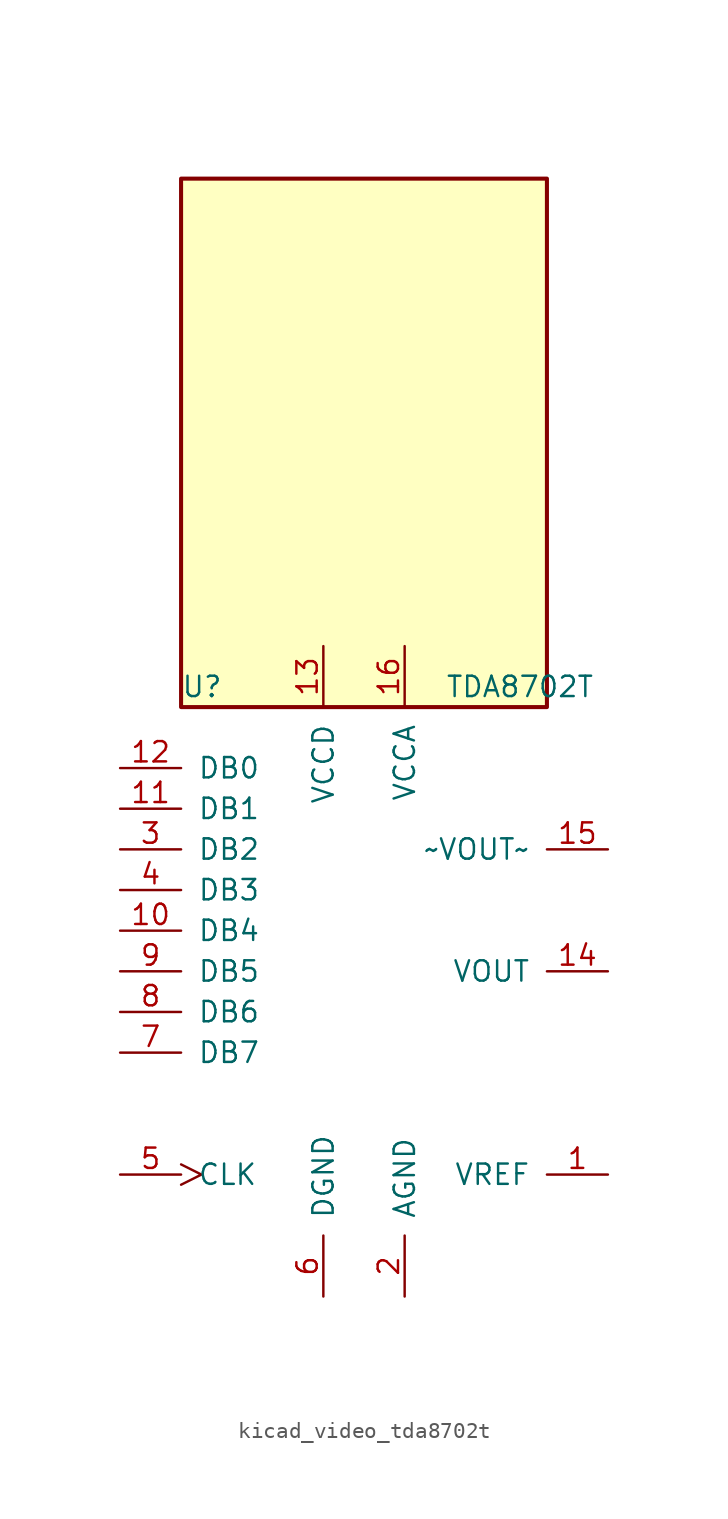
<source format=kicad_sym>
(kicad_symbol_lib
  (version 20220914)
  (generator kicad_symbol_editor)
  (symbol "kicad_video_tda8702t"
    (pin_names
      (offset 1.016))
    (property "Reference" "U"
      (at -11.43 17.78 0)
      (effects (font (size 1.27 1.27)) (justify left)))
    (property "Value" "TDA8702T"
      (at 5.08 17.78 0)
      (effects (font (size 1.27 1.27)) (justify left)))
    (symbol "kicad_video_tda8702t_0_1"
      (rectangle (start 11.43 49.53) (end -11.43 16.51) (stroke (width 0.254) (type default)) (fill (type background))))
    (symbol "kicad_video_tda8702t_1_1"
      (pin bidirectional line (at 15.24 -12.7 180) (length 3.81) (name "VREF" (effects (font (size 1.27 1.27)))) (number "1" (effects (font (size 1.27 1.27)))))
      (pin input line (at -15.24 2.54 0) (length 3.81) (name "DB4" (effects (font (size 1.27 1.27)))) (number "10" (effects (font (size 1.27 1.27)))))
      (pin input line (at -15.24 10.16 0) (length 3.81) (name "DB1" (effects (font (size 1.27 1.27)))) (number "11" (effects (font (size 1.27 1.27)))))
      (pin input line (at -15.24 12.7 0) (length 3.81) (name "DB0" (effects (font (size 1.27 1.27)))) (number "12" (effects (font (size 1.27 1.27)))))
      (pin power_in line (at -2.54 20.32 270) (length 3.81) (name "VCCD" (effects (font (size 1.27 1.27)))) (number "13" (effects (font (size 1.27 1.27)))))
      (pin output line (at 15.24 0 180) (length 3.81) (name "VOUT" (effects (font (size 1.27 1.27)))) (number "14" (effects (font (size 1.27 1.27)))))
      (pin output line (at 15.24 7.62 180) (length 3.81) (name "~VOUT~" (effects (font (size 1.27 1.27)))) (number "15" (effects (font (size 1.27 1.27)))))
      (pin power_in line (at 2.54 20.32 270) (length 3.81) (name "VCCA" (effects (font (size 1.27 1.27)))) (number "16" (effects (font (size 1.27 1.27)))))
      (pin power_in line (at 2.54 -20.32 90) (length 3.81) (name "AGND" (effects (font (size 1.27 1.27)))) (number "2" (effects (font (size 1.27 1.27)))))
      (pin input line (at -15.24 7.62 0) (length 3.81) (name "DB2" (effects (font (size 1.27 1.27)))) (number "3" (effects (font (size 1.27 1.27)))))
      (pin input line (at -15.24 5.08 0) (length 3.81) (name "DB3" (effects (font (size 1.27 1.27)))) (number "4" (effects (font (size 1.27 1.27)))))
      (pin input clock (at -15.24 -12.7 0) (length 3.81) (name "CLK" (effects (font (size 1.27 1.27)))) (number "5" (effects (font (size 1.27 1.27)))))
      (pin power_in line (at -2.54 -20.32 90) (length 3.81) (name "DGND" (effects (font (size 1.27 1.27)))) (number "6" (effects (font (size 1.27 1.27)))))
      (pin input line (at -15.24 -5.08 0) (length 3.81) (name "DB7" (effects (font (size 1.27 1.27)))) (number "7" (effects (font (size 1.27 1.27)))))
      (pin input line (at -15.24 -2.54 0) (length 3.81) (name "DB6" (effects (font (size 1.27 1.27)))) (number "8" (effects (font (size 1.27 1.27)))))
      (pin input line (at -15.24 0 0) (length 3.81) (name "DB5" (effects (font (size 1.27 1.27)))) (number "9" (effects (font (size 1.27 1.27))))))))
</source>
